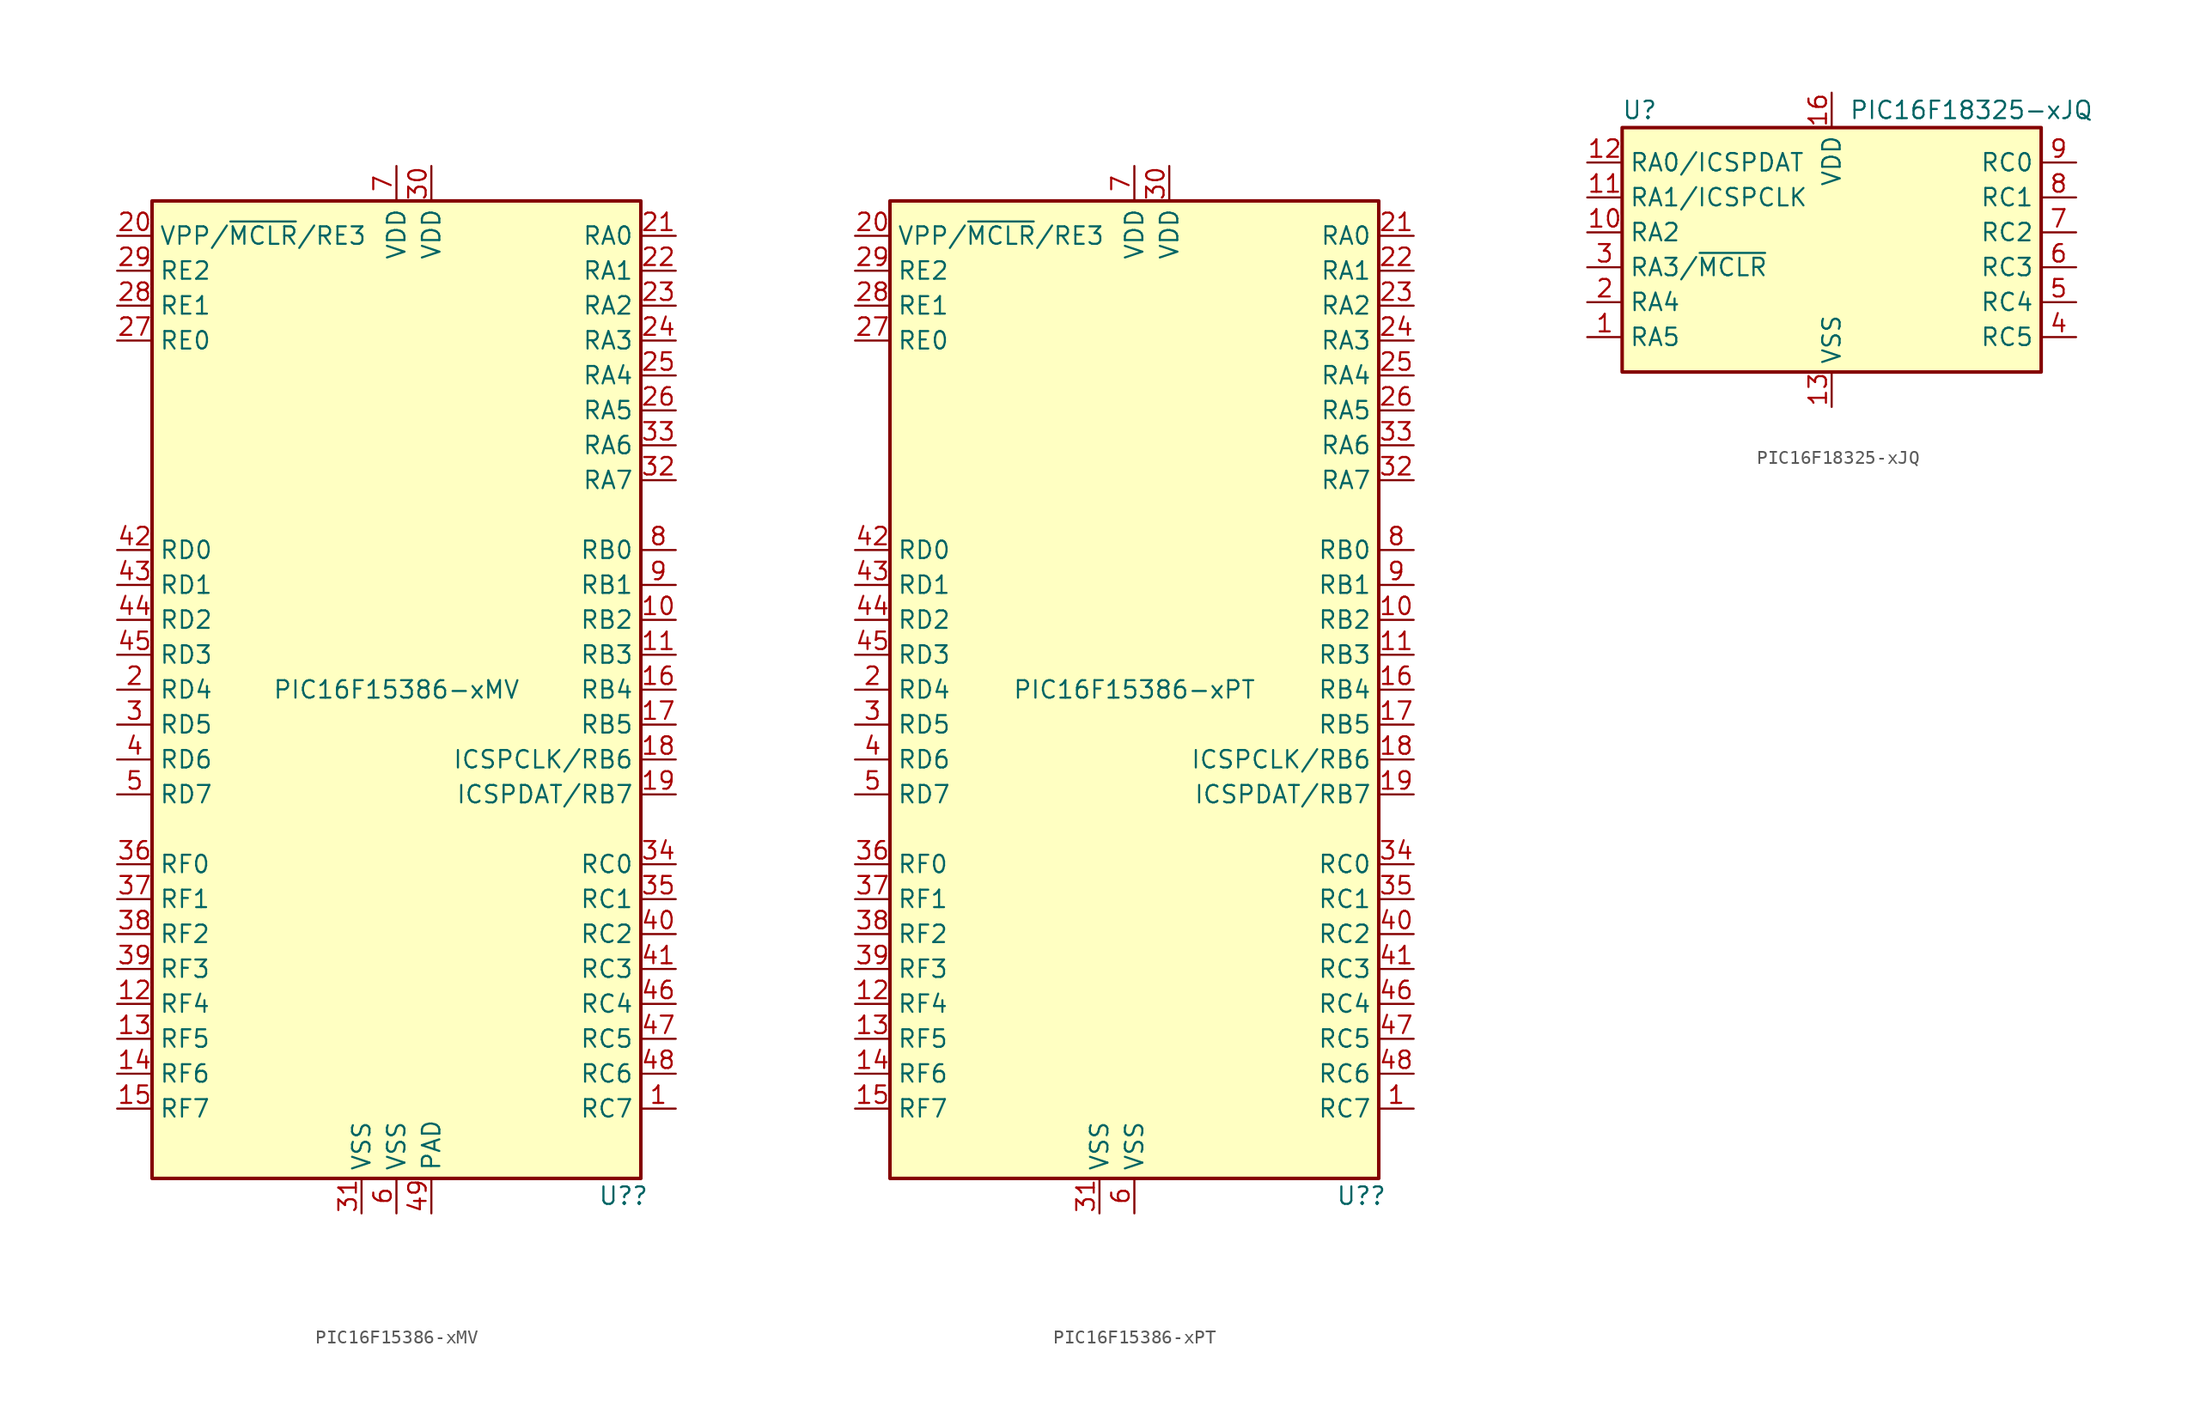
<source format=kicad_sym>
(kicad_symbol_lib
  (version 20211014)
  (generator kicad_symbol_editor)
  (symbol "PIC16F15386-xMV"
    (property "Reference" "U?"
      (at 16.51 -36.83 0)
      (effects (font (size 1.27 1.27))))
    (property "Value" "PIC16F15386-xMV"
      (at 0 0 0)
      (effects (font (size 1.27 1.27))))
    (symbol "PIC16F15386-xMV_0_0"
      (pin bidirectional line (at -20.32 -2.54 0) (length 2.54) (name "RD5" (effects (font (size 1.27 1.27)))) (number "3" (effects (font (size 1.27 1.27)))))
      (pin bidirectional line (at -20.32 -5.08 0) (length 2.54) (name "RD6" (effects (font (size 1.27 1.27)))) (number "4" (effects (font (size 1.27 1.27)))))
      (pin power_in line (at 2.54 -38.1 90) (length 2.54) (name "PAD" (effects (font (size 1.27 1.27)))) (number "49" (effects (font (size 1.27 1.27))))))
    (symbol "PIC16F15386-xMV_0_1"
      (rectangle (start -17.78 35.56) (end 17.78 -35.56) (stroke (width 0.254) (type default) (color 0 0 0 0)) (fill (type background))))
    (symbol "PIC16F15386-xMV_1_1"
      (pin bidirectional line (at 20.32 -30.48 180) (length 2.54) (name "RC7" (effects (font (size 1.27 1.27)))) (number "1" (effects (font (size 1.27 1.27)))))
      (pin bidirectional line (at 20.32 5.08 180) (length 2.54) (name "RB2" (effects (font (size 1.27 1.27)))) (number "10" (effects (font (size 1.27 1.27)))))
      (pin bidirectional line (at 20.32 2.54 180) (length 2.54) (name "RB3" (effects (font (size 1.27 1.27)))) (number "11" (effects (font (size 1.27 1.27)))))
      (pin bidirectional line (at -20.32 -22.86 0) (length 2.54) (name "RF4" (effects (font (size 1.27 1.27)))) (number "12" (effects (font (size 1.27 1.27)))))
      (pin bidirectional line (at -20.32 -25.4 0) (length 2.54) (name "RF5" (effects (font (size 1.27 1.27)))) (number "13" (effects (font (size 1.27 1.27)))))
      (pin bidirectional line (at -20.32 -27.94 0) (length 2.54) (name "RF6" (effects (font (size 1.27 1.27)))) (number "14" (effects (font (size 1.27 1.27)))))
      (pin bidirectional line (at -20.32 -30.48 0) (length 2.54) (name "RF7" (effects (font (size 1.27 1.27)))) (number "15" (effects (font (size 1.27 1.27)))))
      (pin bidirectional line (at 20.32 0 180) (length 2.54) (name "RB4" (effects (font (size 1.27 1.27)))) (number "16" (effects (font (size 1.27 1.27)))))
      (pin bidirectional line (at 20.32 -2.54 180) (length 2.54) (name "RB5" (effects (font (size 1.27 1.27)))) (number "17" (effects (font (size 1.27 1.27)))))
      (pin bidirectional line (at 20.32 -5.08 180) (length 2.54) (name "ICSPCLK/RB6" (effects (font (size 1.27 1.27)))) (number "18" (effects (font (size 1.27 1.27)))))
      (pin bidirectional line (at 20.32 -7.62 180) (length 2.54) (name "ICSPDAT/RB7" (effects (font (size 1.27 1.27)))) (number "19" (effects (font (size 1.27 1.27)))))
      (pin bidirectional line (at -20.32 0 0) (length 2.54) (name "RD4" (effects (font (size 1.27 1.27)))) (number "2" (effects (font (size 1.27 1.27)))))
      (pin bidirectional line (at -20.32 33.02 0) (length 2.54) (name "VPP/~{MCLR}/RE3" (effects (font (size 1.27 1.27)))) (number "20" (effects (font (size 1.27 1.27)))))
      (pin bidirectional line (at 20.32 33.02 180) (length 2.54) (name "RA0" (effects (font (size 1.27 1.27)))) (number "21" (effects (font (size 1.27 1.27)))))
      (pin bidirectional line (at 20.32 30.48 180) (length 2.54) (name "RA1" (effects (font (size 1.27 1.27)))) (number "22" (effects (font (size 1.27 1.27)))))
      (pin bidirectional line (at 20.32 27.94 180) (length 2.54) (name "RA2" (effects (font (size 1.27 1.27)))) (number "23" (effects (font (size 1.27 1.27)))))
      (pin bidirectional line (at 20.32 25.4 180) (length 2.54) (name "RA3" (effects (font (size 1.27 1.27)))) (number "24" (effects (font (size 1.27 1.27)))))
      (pin bidirectional line (at 20.32 22.86 180) (length 2.54) (name "RA4" (effects (font (size 1.27 1.27)))) (number "25" (effects (font (size 1.27 1.27)))))
      (pin bidirectional line (at 20.32 20.32 180) (length 2.54) (name "RA5" (effects (font (size 1.27 1.27)))) (number "26" (effects (font (size 1.27 1.27)))))
      (pin bidirectional line (at -20.32 25.4 0) (length 2.54) (name "RE0" (effects (font (size 1.27 1.27)))) (number "27" (effects (font (size 1.27 1.27)))))
      (pin bidirectional line (at -20.32 27.94 0) (length 2.54) (name "RE1" (effects (font (size 1.27 1.27)))) (number "28" (effects (font (size 1.27 1.27)))))
      (pin bidirectional line (at -20.32 30.48 0) (length 2.54) (name "RE2" (effects (font (size 1.27 1.27)))) (number "29" (effects (font (size 1.27 1.27)))))
      (pin power_in line (at 2.54 38.1 270) (length 2.54) (name "VDD" (effects (font (size 1.27 1.27)))) (number "30" (effects (font (size 1.27 1.27)))))
      (pin power_in line (at -2.54 -38.1 90) (length 2.54) (name "VSS" (effects (font (size 1.27 1.27)))) (number "31" (effects (font (size 1.27 1.27)))))
      (pin bidirectional line (at 20.32 15.24 180) (length 2.54) (name "RA7" (effects (font (size 1.27 1.27)))) (number "32" (effects (font (size 1.27 1.27)))))
      (pin bidirectional line (at 20.32 17.78 180) (length 2.54) (name "RA6" (effects (font (size 1.27 1.27)))) (number "33" (effects (font (size 1.27 1.27)))))
      (pin bidirectional line (at 20.32 -12.7 180) (length 2.54) (name "RC0" (effects (font (size 1.27 1.27)))) (number "34" (effects (font (size 1.27 1.27)))))
      (pin bidirectional line (at 20.32 -15.24 180) (length 2.54) (name "RC1" (effects (font (size 1.27 1.27)))) (number "35" (effects (font (size 1.27 1.27)))))
      (pin bidirectional line (at -20.32 -12.7 0) (length 2.54) (name "RF0" (effects (font (size 1.27 1.27)))) (number "36" (effects (font (size 1.27 1.27)))))
      (pin bidirectional line (at -20.32 -15.24 0) (length 2.54) (name "RF1" (effects (font (size 1.27 1.27)))) (number "37" (effects (font (size 1.27 1.27)))))
      (pin bidirectional line (at -20.32 -17.78 0) (length 2.54) (name "RF2" (effects (font (size 1.27 1.27)))) (number "38" (effects (font (size 1.27 1.27)))))
      (pin bidirectional line (at -20.32 -20.32 0) (length 2.54) (name "RF3" (effects (font (size 1.27 1.27)))) (number "39" (effects (font (size 1.27 1.27)))))
      (pin bidirectional line (at 20.32 -17.78 180) (length 2.54) (name "RC2" (effects (font (size 1.27 1.27)))) (number "40" (effects (font (size 1.27 1.27)))))
      (pin bidirectional line (at 20.32 -20.32 180) (length 2.54) (name "RC3" (effects (font (size 1.27 1.27)))) (number "41" (effects (font (size 1.27 1.27)))))
      (pin bidirectional line (at -20.32 10.16 0) (length 2.54) (name "RD0" (effects (font (size 1.27 1.27)))) (number "42" (effects (font (size 1.27 1.27)))))
      (pin bidirectional line (at -20.32 7.62 0) (length 2.54) (name "RD1" (effects (font (size 1.27 1.27)))) (number "43" (effects (font (size 1.27 1.27)))))
      (pin bidirectional line (at -20.32 5.08 0) (length 2.54) (name "RD2" (effects (font (size 1.27 1.27)))) (number "44" (effects (font (size 1.27 1.27)))))
      (pin bidirectional line (at -20.32 2.54 0) (length 2.54) (name "RD3" (effects (font (size 1.27 1.27)))) (number "45" (effects (font (size 1.27 1.27)))))
      (pin bidirectional line (at 20.32 -22.86 180) (length 2.54) (name "RC4" (effects (font (size 1.27 1.27)))) (number "46" (effects (font (size 1.27 1.27)))))
      (pin bidirectional line (at 20.32 -25.4 180) (length 2.54) (name "RC5" (effects (font (size 1.27 1.27)))) (number "47" (effects (font (size 1.27 1.27)))))
      (pin bidirectional line (at 20.32 -27.94 180) (length 2.54) (name "RC6" (effects (font (size 1.27 1.27)))) (number "48" (effects (font (size 1.27 1.27)))))
      (pin bidirectional line (at -20.32 -7.62 0) (length 2.54) (name "RD7" (effects (font (size 1.27 1.27)))) (number "5" (effects (font (size 1.27 1.27)))))
      (pin power_in line (at 0 -38.1 90) (length 2.54) (name "VSS" (effects (font (size 1.27 1.27)))) (number "6" (effects (font (size 1.27 1.27)))))
      (pin power_in line (at 0 38.1 270) (length 2.54) (name "VDD" (effects (font (size 1.27 1.27)))) (number "7" (effects (font (size 1.27 1.27)))))
      (pin bidirectional line (at 20.32 10.16 180) (length 2.54) (name "RB0" (effects (font (size 1.27 1.27)))) (number "8" (effects (font (size 1.27 1.27)))))
      (pin bidirectional line (at 20.32 7.62 180) (length 2.54) (name "RB1" (effects (font (size 1.27 1.27)))) (number "9" (effects (font (size 1.27 1.27)))))))
  (symbol "PIC16F15386-xPT"
    (property "Reference" "U?"
      (at 16.51 -36.83 0)
      (effects (font (size 1.27 1.27))))
    (property "Value" "PIC16F15386-xPT"
      (at 0 0 0)
      (effects (font (size 1.27 1.27))))
    (symbol "PIC16F15386-xPT_0_0"
      (pin bidirectional line (at -20.32 -2.54 0) (length 2.54) (name "RD5" (effects (font (size 1.27 1.27)))) (number "3" (effects (font (size 1.27 1.27)))))
      (pin bidirectional line (at -20.32 -5.08 0) (length 2.54) (name "RD6" (effects (font (size 1.27 1.27)))) (number "4" (effects (font (size 1.27 1.27))))))
    (symbol "PIC16F15386-xPT_0_1"
      (rectangle (start -17.78 35.56) (end 17.78 -35.56) (stroke (width 0.254) (type default) (color 0 0 0 0)) (fill (type background))))
    (symbol "PIC16F15386-xPT_1_1"
      (pin bidirectional line (at 20.32 -30.48 180) (length 2.54) (name "RC7" (effects (font (size 1.27 1.27)))) (number "1" (effects (font (size 1.27 1.27)))))
      (pin bidirectional line (at 20.32 5.08 180) (length 2.54) (name "RB2" (effects (font (size 1.27 1.27)))) (number "10" (effects (font (size 1.27 1.27)))))
      (pin bidirectional line (at 20.32 2.54 180) (length 2.54) (name "RB3" (effects (font (size 1.27 1.27)))) (number "11" (effects (font (size 1.27 1.27)))))
      (pin bidirectional line (at -20.32 -22.86 0) (length 2.54) (name "RF4" (effects (font (size 1.27 1.27)))) (number "12" (effects (font (size 1.27 1.27)))))
      (pin bidirectional line (at -20.32 -25.4 0) (length 2.54) (name "RF5" (effects (font (size 1.27 1.27)))) (number "13" (effects (font (size 1.27 1.27)))))
      (pin bidirectional line (at -20.32 -27.94 0) (length 2.54) (name "RF6" (effects (font (size 1.27 1.27)))) (number "14" (effects (font (size 1.27 1.27)))))
      (pin bidirectional line (at -20.32 -30.48 0) (length 2.54) (name "RF7" (effects (font (size 1.27 1.27)))) (number "15" (effects (font (size 1.27 1.27)))))
      (pin bidirectional line (at 20.32 0 180) (length 2.54) (name "RB4" (effects (font (size 1.27 1.27)))) (number "16" (effects (font (size 1.27 1.27)))))
      (pin bidirectional line (at 20.32 -2.54 180) (length 2.54) (name "RB5" (effects (font (size 1.27 1.27)))) (number "17" (effects (font (size 1.27 1.27)))))
      (pin bidirectional line (at 20.32 -5.08 180) (length 2.54) (name "ICSPCLK/RB6" (effects (font (size 1.27 1.27)))) (number "18" (effects (font (size 1.27 1.27)))))
      (pin bidirectional line (at 20.32 -7.62 180) (length 2.54) (name "ICSPDAT/RB7" (effects (font (size 1.27 1.27)))) (number "19" (effects (font (size 1.27 1.27)))))
      (pin bidirectional line (at -20.32 0 0) (length 2.54) (name "RD4" (effects (font (size 1.27 1.27)))) (number "2" (effects (font (size 1.27 1.27)))))
      (pin bidirectional line (at -20.32 33.02 0) (length 2.54) (name "VPP/~{MCLR}/RE3" (effects (font (size 1.27 1.27)))) (number "20" (effects (font (size 1.27 1.27)))))
      (pin bidirectional line (at 20.32 33.02 180) (length 2.54) (name "RA0" (effects (font (size 1.27 1.27)))) (number "21" (effects (font (size 1.27 1.27)))))
      (pin bidirectional line (at 20.32 30.48 180) (length 2.54) (name "RA1" (effects (font (size 1.27 1.27)))) (number "22" (effects (font (size 1.27 1.27)))))
      (pin bidirectional line (at 20.32 27.94 180) (length 2.54) (name "RA2" (effects (font (size 1.27 1.27)))) (number "23" (effects (font (size 1.27 1.27)))))
      (pin bidirectional line (at 20.32 25.4 180) (length 2.54) (name "RA3" (effects (font (size 1.27 1.27)))) (number "24" (effects (font (size 1.27 1.27)))))
      (pin bidirectional line (at 20.32 22.86 180) (length 2.54) (name "RA4" (effects (font (size 1.27 1.27)))) (number "25" (effects (font (size 1.27 1.27)))))
      (pin bidirectional line (at 20.32 20.32 180) (length 2.54) (name "RA5" (effects (font (size 1.27 1.27)))) (number "26" (effects (font (size 1.27 1.27)))))
      (pin bidirectional line (at -20.32 25.4 0) (length 2.54) (name "RE0" (effects (font (size 1.27 1.27)))) (number "27" (effects (font (size 1.27 1.27)))))
      (pin bidirectional line (at -20.32 27.94 0) (length 2.54) (name "RE1" (effects (font (size 1.27 1.27)))) (number "28" (effects (font (size 1.27 1.27)))))
      (pin bidirectional line (at -20.32 30.48 0) (length 2.54) (name "RE2" (effects (font (size 1.27 1.27)))) (number "29" (effects (font (size 1.27 1.27)))))
      (pin power_in line (at 2.54 38.1 270) (length 2.54) (name "VDD" (effects (font (size 1.27 1.27)))) (number "30" (effects (font (size 1.27 1.27)))))
      (pin power_in line (at -2.54 -38.1 90) (length 2.54) (name "VSS" (effects (font (size 1.27 1.27)))) (number "31" (effects (font (size 1.27 1.27)))))
      (pin bidirectional line (at 20.32 15.24 180) (length 2.54) (name "RA7" (effects (font (size 1.27 1.27)))) (number "32" (effects (font (size 1.27 1.27)))))
      (pin bidirectional line (at 20.32 17.78 180) (length 2.54) (name "RA6" (effects (font (size 1.27 1.27)))) (number "33" (effects (font (size 1.27 1.27)))))
      (pin bidirectional line (at 20.32 -12.7 180) (length 2.54) (name "RC0" (effects (font (size 1.27 1.27)))) (number "34" (effects (font (size 1.27 1.27)))))
      (pin bidirectional line (at 20.32 -15.24 180) (length 2.54) (name "RC1" (effects (font (size 1.27 1.27)))) (number "35" (effects (font (size 1.27 1.27)))))
      (pin bidirectional line (at -20.32 -12.7 0) (length 2.54) (name "RF0" (effects (font (size 1.27 1.27)))) (number "36" (effects (font (size 1.27 1.27)))))
      (pin bidirectional line (at -20.32 -15.24 0) (length 2.54) (name "RF1" (effects (font (size 1.27 1.27)))) (number "37" (effects (font (size 1.27 1.27)))))
      (pin bidirectional line (at -20.32 -17.78 0) (length 2.54) (name "RF2" (effects (font (size 1.27 1.27)))) (number "38" (effects (font (size 1.27 1.27)))))
      (pin bidirectional line (at -20.32 -20.32 0) (length 2.54) (name "RF3" (effects (font (size 1.27 1.27)))) (number "39" (effects (font (size 1.27 1.27)))))
      (pin bidirectional line (at 20.32 -17.78 180) (length 2.54) (name "RC2" (effects (font (size 1.27 1.27)))) (number "40" (effects (font (size 1.27 1.27)))))
      (pin bidirectional line (at 20.32 -20.32 180) (length 2.54) (name "RC3" (effects (font (size 1.27 1.27)))) (number "41" (effects (font (size 1.27 1.27)))))
      (pin bidirectional line (at -20.32 10.16 0) (length 2.54) (name "RD0" (effects (font (size 1.27 1.27)))) (number "42" (effects (font (size 1.27 1.27)))))
      (pin bidirectional line (at -20.32 7.62 0) (length 2.54) (name "RD1" (effects (font (size 1.27 1.27)))) (number "43" (effects (font (size 1.27 1.27)))))
      (pin bidirectional line (at -20.32 5.08 0) (length 2.54) (name "RD2" (effects (font (size 1.27 1.27)))) (number "44" (effects (font (size 1.27 1.27)))))
      (pin bidirectional line (at -20.32 2.54 0) (length 2.54) (name "RD3" (effects (font (size 1.27 1.27)))) (number "45" (effects (font (size 1.27 1.27)))))
      (pin bidirectional line (at 20.32 -22.86 180) (length 2.54) (name "RC4" (effects (font (size 1.27 1.27)))) (number "46" (effects (font (size 1.27 1.27)))))
      (pin bidirectional line (at 20.32 -25.4 180) (length 2.54) (name "RC5" (effects (font (size 1.27 1.27)))) (number "47" (effects (font (size 1.27 1.27)))))
      (pin bidirectional line (at 20.32 -27.94 180) (length 2.54) (name "RC6" (effects (font (size 1.27 1.27)))) (number "48" (effects (font (size 1.27 1.27)))))
      (pin bidirectional line (at -20.32 -7.62 0) (length 2.54) (name "RD7" (effects (font (size 1.27 1.27)))) (number "5" (effects (font (size 1.27 1.27)))))
      (pin power_in line (at 0 -38.1 90) (length 2.54) (name "VSS" (effects (font (size 1.27 1.27)))) (number "6" (effects (font (size 1.27 1.27)))))
      (pin power_in line (at 0 38.1 270) (length 2.54) (name "VDD" (effects (font (size 1.27 1.27)))) (number "7" (effects (font (size 1.27 1.27)))))
      (pin bidirectional line (at 20.32 10.16 180) (length 2.54) (name "RB0" (effects (font (size 1.27 1.27)))) (number "8" (effects (font (size 1.27 1.27)))))
      (pin bidirectional line (at 20.32 7.62 180) (length 2.54) (name "RB1" (effects (font (size 1.27 1.27)))) (number "9" (effects (font (size 1.27 1.27)))))))
  (symbol "PIC16F18325-xJQ"
    (property "Reference" "U"
      (at -13.97 11.43 0)
      (effects (font (size 1.27 1.27))))
    (property "Value" "PIC16F18325-xJQ"
      (at 10.16 11.43 0)
      (effects (font (size 1.27 1.27))))
    (symbol "PIC16F18325-xJQ_0_1"
      (rectangle (start -15.24 10.16) (end 15.24 -7.62) (stroke (width 0.254) (type default) (color 0 0 0 0)) (fill (type background))))
    (symbol "PIC16F18325-xJQ_1_1"
      (pin bidirectional line (at -17.78 -5.08 0) (length 2.54) (name "RA5" (effects (font (size 1.27 1.27)))) (number "1" (effects (font (size 1.27 1.27)))))
      (pin bidirectional line (at -17.78 2.54 0) (length 2.54) (name "RA2" (effects (font (size 1.27 1.27)))) (number "10" (effects (font (size 1.27 1.27)))))
      (pin bidirectional line (at -17.78 5.08 0) (length 2.54) (name "RA1/ICSPCLK" (effects (font (size 1.27 1.27)))) (number "11" (effects (font (size 1.27 1.27)))))
      (pin bidirectional line (at -17.78 7.62 0) (length 2.54) (name "RA0/ICSPDAT" (effects (font (size 1.27 1.27)))) (number "12" (effects (font (size 1.27 1.27)))))
      (pin power_in line (at 0 -10.16 90) (length 2.54) (name "VSS" (effects (font (size 1.27 1.27)))) (number "13" (effects (font (size 1.27 1.27)))))
      (pin no_connect line (at 5.08 -7.62 90) (length 2.54) hide (name "NC" (effects (font (size 1.27 1.27)))) (number "14" (effects (font (size 1.27 1.27)))))
      (pin no_connect line (at 7.62 -7.62 90) (length 2.54) hide (name "NC" (effects (font (size 1.27 1.27)))) (number "15" (effects (font (size 1.27 1.27)))))
      (pin power_in line (at 0 12.7 270) (length 2.54) (name "VDD" (effects (font (size 1.27 1.27)))) (number "16" (effects (font (size 1.27 1.27)))))
      (pin bidirectional line (at -17.78 -2.54 0) (length 2.54) (name "RA4" (effects (font (size 1.27 1.27)))) (number "2" (effects (font (size 1.27 1.27)))))
      (pin bidirectional line (at -17.78 0 0) (length 2.54) (name "RA3/~{MCLR}" (effects (font (size 1.27 1.27)))) (number "3" (effects (font (size 1.27 1.27)))))
      (pin bidirectional line (at 17.78 -5.08 180) (length 2.54) (name "RC5" (effects (font (size 1.27 1.27)))) (number "4" (effects (font (size 1.27 1.27)))))
      (pin bidirectional line (at 17.78 -2.54 180) (length 2.54) (name "RC4" (effects (font (size 1.27 1.27)))) (number "5" (effects (font (size 1.27 1.27)))))
      (pin bidirectional line (at 17.78 0 180) (length 2.54) (name "RC3" (effects (font (size 1.27 1.27)))) (number "6" (effects (font (size 1.27 1.27)))))
      (pin bidirectional line (at 17.78 2.54 180) (length 2.54) (name "RC2" (effects (font (size 1.27 1.27)))) (number "7" (effects (font (size 1.27 1.27)))))
      (pin bidirectional line (at 17.78 5.08 180) (length 2.54) (name "RC1" (effects (font (size 1.27 1.27)))) (number "8" (effects (font (size 1.27 1.27)))))
      (pin bidirectional line (at 17.78 7.62 180) (length 2.54) (name "RC0" (effects (font (size 1.27 1.27)))) (number "9" (effects (font (size 1.27 1.27))))))))
</source>
